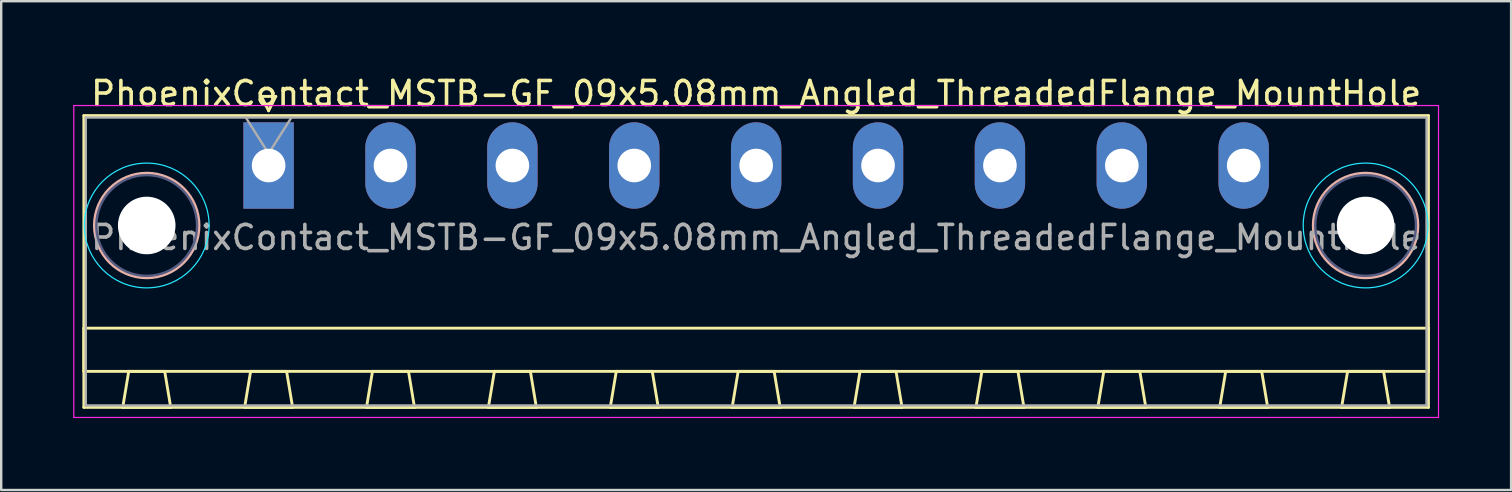
<source format=kicad_pcb>
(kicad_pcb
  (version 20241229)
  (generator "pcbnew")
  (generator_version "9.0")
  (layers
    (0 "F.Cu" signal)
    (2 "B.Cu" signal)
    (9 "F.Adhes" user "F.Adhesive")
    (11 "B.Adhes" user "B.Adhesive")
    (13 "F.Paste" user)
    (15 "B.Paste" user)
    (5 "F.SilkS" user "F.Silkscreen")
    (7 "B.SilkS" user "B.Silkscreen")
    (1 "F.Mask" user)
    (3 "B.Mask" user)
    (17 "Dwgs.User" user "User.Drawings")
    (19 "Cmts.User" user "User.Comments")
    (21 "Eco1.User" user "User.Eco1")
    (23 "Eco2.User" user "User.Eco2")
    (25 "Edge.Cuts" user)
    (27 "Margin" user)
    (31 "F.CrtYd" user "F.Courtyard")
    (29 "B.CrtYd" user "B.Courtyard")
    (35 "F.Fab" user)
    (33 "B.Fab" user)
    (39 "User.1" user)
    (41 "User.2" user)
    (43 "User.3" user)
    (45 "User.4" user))
  (footprint "PhoenixContact_MSTB-GF_09x5.08mm_Angled_ThreadedFlange_MountHole"
    (layer "F.Cu")
    (at 8.145 3.848)
    (property "Reference" "PhoenixContact_MSTB-GF_09x5.08mm_Angled_ThreadedFlange_MountHole" (at 20.32 -3 0) (layer "F.SilkS") (effects (font (size 1 1) (thickness 0.15))))
    (attr through_hole)
    (fp_line (start -7.7 -2.08) (end -7.7 10.08) (stroke (width 0.12) (type solid)) (layer "F.SilkS"))
    (fp_line (start -7.7 6.78) (end 48.34 6.78) (stroke (width 0.12) (type solid)) (layer "F.SilkS"))
    (fp_line (start -7.7 8.58) (end -7.7 6.78) (stroke (width 0.12) (type solid)) (layer "F.SilkS"))
    (fp_line (start -7.7 10.08) (end 48.34 10.08) (stroke (width 0.12) (type solid)) (layer "F.SilkS"))
    (fp_line (start -6.08 10.08) (end -4.08 10.08) (stroke (width 0.12) (type solid)) (layer "F.SilkS"))
    (fp_line (start -5.83 8.58) (end -6.08 10.08) (stroke (width 0.12) (type solid)) (layer "F.SilkS"))
    (fp_line (start -4.33 8.58) (end -5.83 8.58) (stroke (width 0.12) (type solid)) (layer "F.SilkS"))
    (fp_line (start -4.08 10.08) (end -4.33 8.58) (stroke (width 0.12) (type solid)) (layer "F.SilkS"))
    (fp_line (start -1 10.08) (end 1 10.08) (stroke (width 0.12) (type solid)) (layer "F.SilkS"))
    (fp_line (start -0.75 8.58) (end -1 10.08) (stroke (width 0.12) (type solid)) (layer "F.SilkS"))
    (fp_line (start -0.3 -2.88) (end 0.3 -2.88) (stroke (width 0.12) (type solid)) (layer "F.SilkS"))
    (fp_line (start 0 -2.28) (end -0.3 -2.88) (stroke (width 0.12) (type solid)) (layer "F.SilkS"))
    (fp_line (start 0.3 -2.88) (end 0 -2.28) (stroke (width 0.12) (type solid)) (layer "F.SilkS"))
    (fp_line (start 0.75 8.58) (end -0.75 8.58) (stroke (width 0.12) (type solid)) (layer "F.SilkS"))
    (fp_line (start 1 10.08) (end 0.75 8.58) (stroke (width 0.12) (type solid)) (layer "F.SilkS"))
    (fp_line (start 4.08 10.08) (end 6.08 10.08) (stroke (width 0.12) (type solid)) (layer "F.SilkS"))
    (fp_line (start 4.33 8.58) (end 4.08 10.08) (stroke (width 0.12) (type solid)) (layer "F.SilkS"))
    (fp_line (start 5.83 8.58) (end 4.33 8.58) (stroke (width 0.12) (type solid)) (layer "F.SilkS"))
    (fp_line (start 6.08 10.08) (end 5.83 8.58) (stroke (width 0.12) (type solid)) (layer "F.SilkS"))
    (fp_line (start 9.16 10.08) (end 11.16 10.08) (stroke (width 0.12) (type solid)) (layer "F.SilkS"))
    (fp_line (start 9.41 8.58) (end 9.16 10.08) (stroke (width 0.12) (type solid)) (layer "F.SilkS"))
    (fp_line (start 10.91 8.58) (end 9.41 8.58) (stroke (width 0.12) (type solid)) (layer "F.SilkS"))
    (fp_line (start 11.16 10.08) (end 10.91 8.58) (stroke (width 0.12) (type solid)) (layer "F.SilkS"))
    (fp_line (start 14.24 10.08) (end 16.24 10.08) (stroke (width 0.12) (type solid)) (layer "F.SilkS"))
    (fp_line (start 14.49 8.58) (end 14.24 10.08) (stroke (width 0.12) (type solid)) (layer "F.SilkS"))
    (fp_line (start 15.99 8.58) (end 14.49 8.58) (stroke (width 0.12) (type solid)) (layer "F.SilkS"))
    (fp_line (start 16.24 10.08) (end 15.99 8.58) (stroke (width 0.12) (type solid)) (layer "F.SilkS"))
    (fp_line (start 19.32 10.08) (end 21.32 10.08) (stroke (width 0.12) (type solid)) (layer "F.SilkS"))
    (fp_line (start 19.57 8.58) (end 19.32 10.08) (stroke (width 0.12) (type solid)) (layer "F.SilkS"))
    (fp_line (start 21.07 8.58) (end 19.57 8.58) (stroke (width 0.12) (type solid)) (layer "F.SilkS"))
    (fp_line (start 21.32 10.08) (end 21.07 8.58) (stroke (width 0.12) (type solid)) (layer "F.SilkS"))
    (fp_line (start 24.4 10.08) (end 26.4 10.08) (stroke (width 0.12) (type solid)) (layer "F.SilkS"))
    (fp_line (start 24.65 8.58) (end 24.4 10.08) (stroke (width 0.12) (type solid)) (layer "F.SilkS"))
    (fp_line (start 26.15 8.58) (end 24.65 8.58) (stroke (width 0.12) (type solid)) (layer "F.SilkS"))
    (fp_line (start 26.4 10.08) (end 26.15 8.58) (stroke (width 0.12) (type solid)) (layer "F.SilkS"))
    (fp_line (start 29.48 10.08) (end 31.48 10.08) (stroke (width 0.12) (type solid)) (layer "F.SilkS"))
    (fp_line (start 29.73 8.58) (end 29.48 10.08) (stroke (width 0.12) (type solid)) (layer "F.SilkS"))
    (fp_line (start 31.23 8.58) (end 29.73 8.58) (stroke (width 0.12) (type solid)) (layer "F.SilkS"))
    (fp_line (start 31.48 10.08) (end 31.23 8.58) (stroke (width 0.12) (type solid)) (layer "F.SilkS"))
    (fp_line (start 34.56 10.08) (end 36.56 10.08) (stroke (width 0.12) (type solid)) (layer "F.SilkS"))
    (fp_line (start 34.81 8.58) (end 34.56 10.08) (stroke (width 0.12) (type solid)) (layer "F.SilkS"))
    (fp_line (start 36.31 8.58) (end 34.81 8.58) (stroke (width 0.12) (type solid)) (layer "F.SilkS"))
    (fp_line (start 36.56 10.08) (end 36.31 8.58) (stroke (width 0.12) (type solid)) (layer "F.SilkS"))
    (fp_line (start 39.64 10.08) (end 41.64 10.08) (stroke (width 0.12) (type solid)) (layer "F.SilkS"))
    (fp_line (start 39.89 8.58) (end 39.64 10.08) (stroke (width 0.12) (type solid)) (layer "F.SilkS"))
    (fp_line (start 41.39 8.58) (end 39.89 8.58) (stroke (width 0.12) (type solid)) (layer "F.SilkS"))
    (fp_line (start 41.64 10.08) (end 41.39 8.58) (stroke (width 0.12) (type solid)) (layer "F.SilkS"))
    (fp_line (start 44.72 10.08) (end 46.72 10.08) (stroke (width 0.12) (type solid)) (layer "F.SilkS"))
    (fp_line (start 44.97 8.58) (end 44.72 10.08) (stroke (width 0.12) (type solid)) (layer "F.SilkS"))
    (fp_line (start 46.47 8.58) (end 44.97 8.58) (stroke (width 0.12) (type solid)) (layer "F.SilkS"))
    (fp_line (start 46.72 10.08) (end 46.47 8.58) (stroke (width 0.12) (type solid)) (layer "F.SilkS"))
    (fp_line (start 48.34 -2.08) (end -7.7 -2.08) (stroke (width 0.12) (type solid)) (layer "F.SilkS"))
    (fp_line (start 48.34 6.78) (end 48.34 8.58) (stroke (width 0.12) (type solid)) (layer "F.SilkS"))
    (fp_line (start 48.34 8.58) (end -7.7 8.58) (stroke (width 0.12) (type solid)) (layer "F.SilkS"))
    (fp_line (start 48.34 10.08) (end 48.34 -2.08) (stroke (width 0.12) (type solid)) (layer "F.SilkS"))
    (fp_circle (center -5.08 2.5) (end -2.9 2.5) (stroke (width 0.12) (type solid)) (fill no) (layer "B.SilkS"))
    (fp_circle (center 45.72 2.5) (end 47.9 2.5) (stroke (width 0.12) (type solid)) (fill no) (layer "B.SilkS"))
    (fp_circle (center -5.08 2.5) (end -2.48 2.5) (stroke (width 0.05) (type solid)) (fill no) (layer "B.CrtYd"))
    (fp_circle (center 45.72 2.5) (end 48.32 2.5) (stroke (width 0.05) (type solid)) (fill no) (layer "B.CrtYd"))
    (fp_line (start -8.12 -2.5) (end -8.12 10.5) (stroke (width 0.05) (type solid)) (layer "F.CrtYd"))
    (fp_line (start -8.12 10.5) (end 48.76 10.5) (stroke (width 0.05) (type solid)) (layer "F.CrtYd"))
    (fp_line (start 48.76 -2.5) (end -8.12 -2.5) (stroke (width 0.05) (type solid)) (layer "F.CrtYd"))
    (fp_line (start 48.76 10.5) (end 48.76 -2.5) (stroke (width 0.05) (type solid)) (layer "F.CrtYd"))
    (fp_circle (center -5.08 2.5) (end -2.98 2.5) (stroke (width 0.1) (type solid)) (fill no) (layer "B.Fab"))
    (fp_circle (center 45.72 2.5) (end 47.82 2.5) (stroke (width 0.1) (type solid)) (fill no) (layer "B.Fab"))
    (fp_line (start -7.62 -2) (end -7.62 10) (stroke (width 0.1) (type solid)) (layer "F.Fab"))
    (fp_line (start -7.62 10) (end 48.26 10) (stroke (width 0.1) (type solid)) (layer "F.Fab"))
    (fp_line (start 0 -0.5) (end -0.95 -2) (stroke (width 0.1) (type solid)) (layer "F.Fab"))
    (fp_line (start 0.95 -2) (end 0 -0.5) (stroke (width 0.1) (type solid)) (layer "F.Fab"))
    (fp_line (start 48.26 -2) (end -7.62 -2) (stroke (width 0.1) (type solid)) (layer "F.Fab"))
    (fp_line (start 48.26 10) (end 48.26 -2) (stroke (width 0.1) (type solid)) (layer "F.Fab"))
    (fp_text user "${REFERENCE}" (at 20.32 3 0) (layer "F.Fab") (effects (font (size 1 1) (thickness 0.15))))
    (pad "" np_thru_hole circle (at -5.08 2.5) (size 2.4 2.4) (drill 2.4) (layers "*.Cu" "*.Mask"))
    (pad "" np_thru_hole circle (at 45.72 2.5) (size 2.4 2.4) (drill 2.4) (layers "*.Cu" "*.Mask"))
    (pad "1" thru_hole rect (at 0 0) (size 2.1 3.6) (drill 1.4) (layers "*.Cu" "*.Mask"))
    (pad "2" thru_hole oval (at 5.08 0) (size 2.1 3.6) (drill 1.4) (layers "*.Cu" "*.Mask"))
    (pad "3" thru_hole oval (at 10.16 0) (size 2.1 3.6) (drill 1.4) (layers "*.Cu" "*.Mask"))
    (pad "4" thru_hole oval (at 15.24 0) (size 2.1 3.6) (drill 1.4) (layers "*.Cu" "*.Mask"))
    (pad "5" thru_hole oval (at 20.32 0) (size 2.1 3.6) (drill 1.4) (layers "*.Cu" "*.Mask"))
    (pad "6" thru_hole oval (at 25.4 0) (size 2.1 3.6) (drill 1.4) (layers "*.Cu" "*.Mask"))
    (pad "7" thru_hole oval (at 30.48 0) (size 2.1 3.6) (drill 1.4) (layers "*.Cu" "*.Mask"))
    (pad "8" thru_hole oval (at 35.56 0) (size 2.1 3.6) (drill 1.4) (layers "*.Cu" "*.Mask"))
    (pad "9" thru_hole oval (at 40.64 0) (size 2.1 3.6) (drill 1.4) (layers "*.Cu" "*.Mask")))
  (gr_rect
    (start -3 -3)
    (end 59.93 17.373)
    (stroke (width 0.1) (type default))
    (fill no)
    (layer "Edge.Cuts")))
</source>
